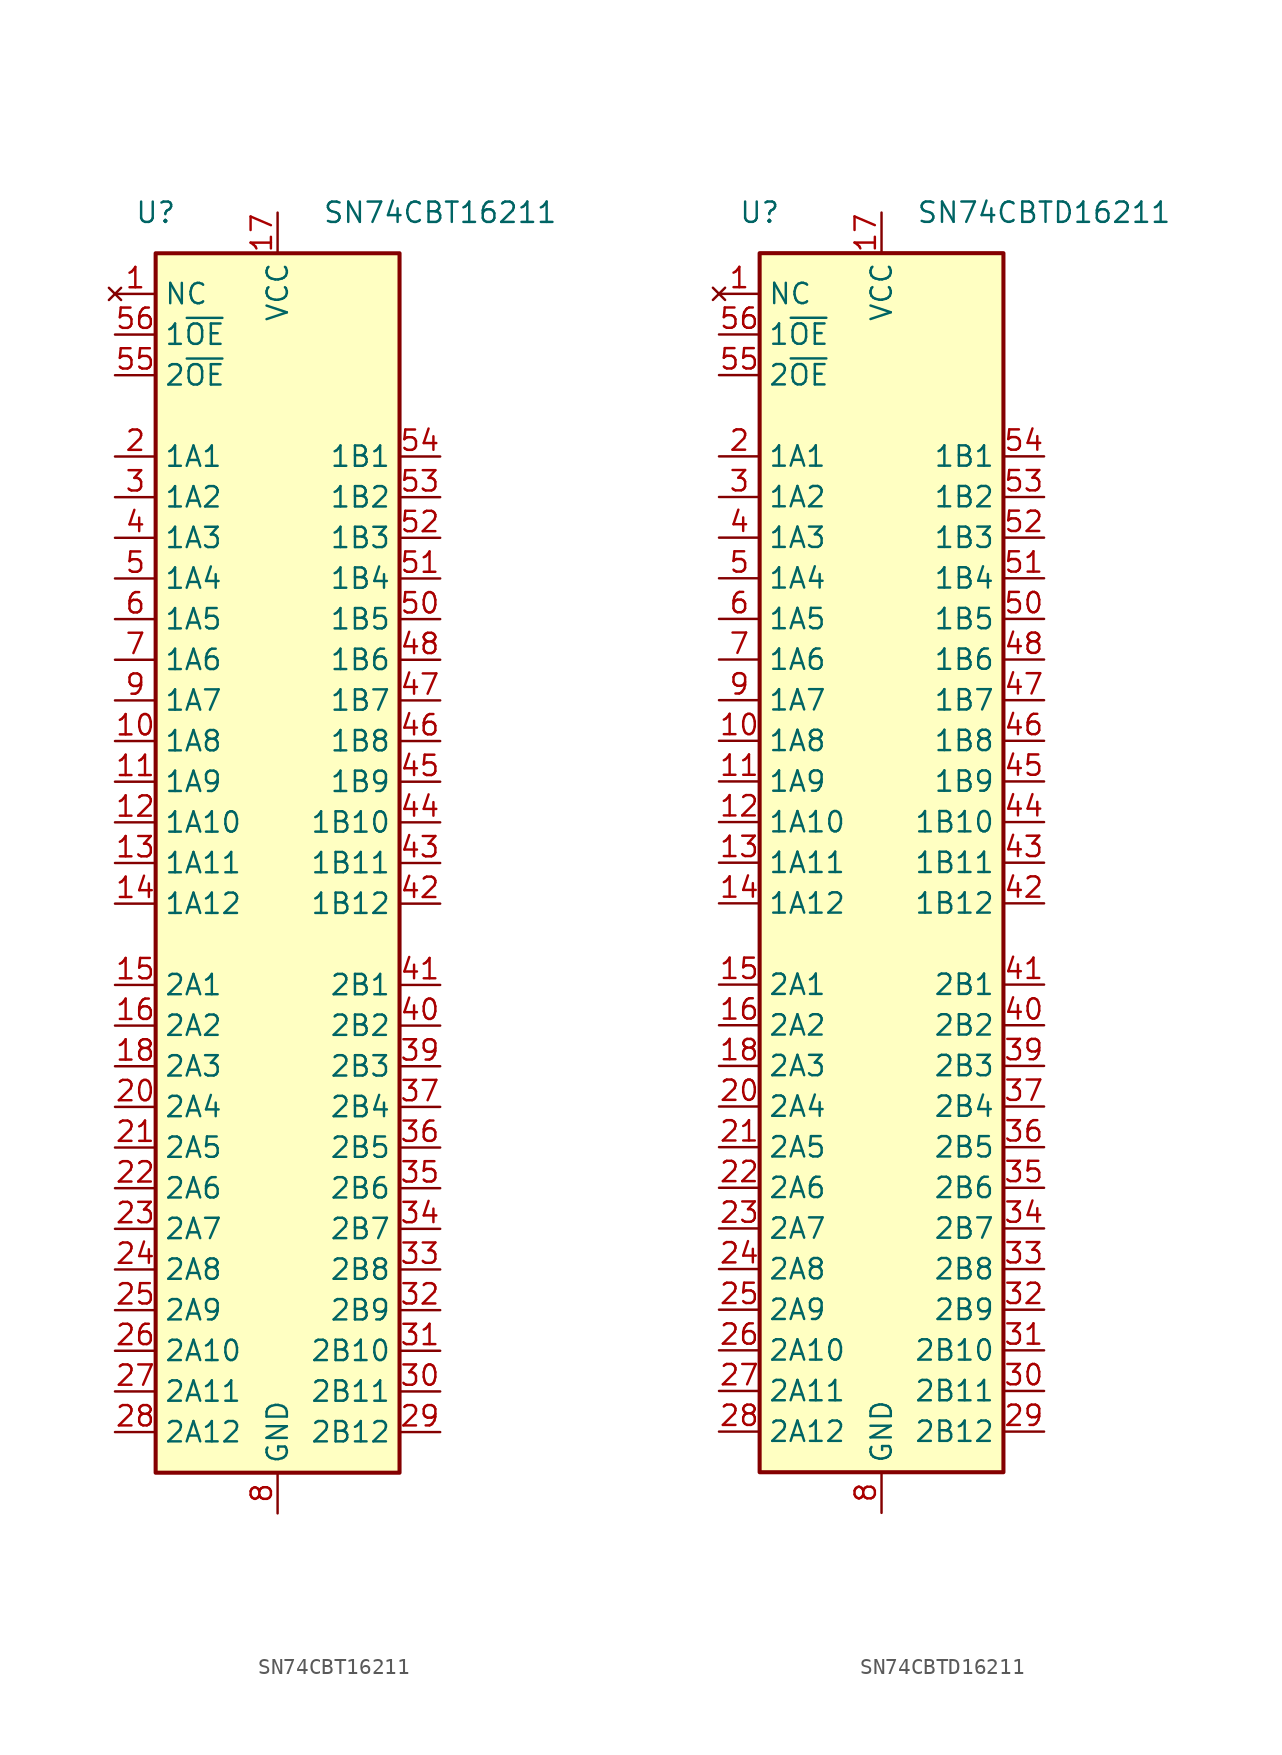
<source format=kicad_sym>
(kicad_symbol_lib
  (version 20211014)
  (generator kicad_symbol_editor)
  (symbol "SN74CBT16211"
    (property "Reference" "U"
      (at -7.62 40.64 0)
      (effects (font (size 1.27 1.27))))
    (property "Value" "SN74CBT16211"
      (at 10.16 40.64 0)
      (effects (font (size 1.27 1.27))))
    (symbol "SN74CBT16211_0_1"
      (rectangle (start -7.62 38.1) (end 7.62 -38.1) (stroke (width 0.254) (type default) (color 0 0 0 0)) (fill (type background))))
    (symbol "SN74CBT16211_1_0"
      (pin bidirectional line (at -10.16 7.62 0) (length 2.54) (name "1A8" (effects (font (size 1.27 1.27)))) (number "10" (effects (font (size 1.27 1.27)))))
      (pin bidirectional line (at -10.16 5.08 0) (length 2.54) (name "1A9" (effects (font (size 1.27 1.27)))) (number "11" (effects (font (size 1.27 1.27)))))
      (pin bidirectional line (at -10.16 2.54 0) (length 2.54) (name "1A10" (effects (font (size 1.27 1.27)))) (number "12" (effects (font (size 1.27 1.27)))))
      (pin bidirectional line (at -10.16 0 0) (length 2.54) (name "1A11" (effects (font (size 1.27 1.27)))) (number "13" (effects (font (size 1.27 1.27)))))
      (pin bidirectional line (at -10.16 -2.54 0) (length 2.54) (name "1A12" (effects (font (size 1.27 1.27)))) (number "14" (effects (font (size 1.27 1.27)))))
      (pin bidirectional line (at -10.16 -7.62 0) (length 2.54) (name "2A1" (effects (font (size 1.27 1.27)))) (number "15" (effects (font (size 1.27 1.27)))))
      (pin bidirectional line (at -10.16 -10.16 0) (length 2.54) (name "2A2" (effects (font (size 1.27 1.27)))) (number "16" (effects (font (size 1.27 1.27)))))
      (pin power_in line (at 0 40.64 270) (length 2.54) (name "VCC" (effects (font (size 1.27 1.27)))) (number "17" (effects (font (size 1.27 1.27)))))
      (pin bidirectional line (at -10.16 -12.7 0) (length 2.54) (name "2A3" (effects (font (size 1.27 1.27)))) (number "18" (effects (font (size 1.27 1.27)))))
      (pin passive line (at 0 -40.64 90) (length 2.54) hide (name "GND" (effects (font (size 1.27 1.27)))) (number "19" (effects (font (size 1.27 1.27)))))
      (pin bidirectional line (at -10.16 25.4 0) (length 2.54) (name "1A1" (effects (font (size 1.27 1.27)))) (number "2" (effects (font (size 1.27 1.27)))))
      (pin bidirectional line (at -10.16 -15.24 0) (length 2.54) (name "2A4" (effects (font (size 1.27 1.27)))) (number "20" (effects (font (size 1.27 1.27)))))
      (pin bidirectional line (at -10.16 -17.78 0) (length 2.54) (name "2A5" (effects (font (size 1.27 1.27)))) (number "21" (effects (font (size 1.27 1.27)))))
      (pin bidirectional line (at -10.16 -20.32 0) (length 2.54) (name "2A6" (effects (font (size 1.27 1.27)))) (number "22" (effects (font (size 1.27 1.27)))))
      (pin bidirectional line (at -10.16 -22.86 0) (length 2.54) (name "2A7" (effects (font (size 1.27 1.27)))) (number "23" (effects (font (size 1.27 1.27)))))
      (pin bidirectional line (at -10.16 -25.4 0) (length 2.54) (name "2A8" (effects (font (size 1.27 1.27)))) (number "24" (effects (font (size 1.27 1.27)))))
      (pin bidirectional line (at -10.16 -27.94 0) (length 2.54) (name "2A9" (effects (font (size 1.27 1.27)))) (number "25" (effects (font (size 1.27 1.27)))))
      (pin bidirectional line (at -10.16 -30.48 0) (length 2.54) (name "2A10" (effects (font (size 1.27 1.27)))) (number "26" (effects (font (size 1.27 1.27)))))
      (pin bidirectional line (at -10.16 -33.02 0) (length 2.54) (name "2A11" (effects (font (size 1.27 1.27)))) (number "27" (effects (font (size 1.27 1.27)))))
      (pin bidirectional line (at -10.16 -35.56 0) (length 2.54) (name "2A12" (effects (font (size 1.27 1.27)))) (number "28" (effects (font (size 1.27 1.27)))))
      (pin bidirectional line (at 10.16 -35.56 180) (length 2.54) (name "2B12" (effects (font (size 1.27 1.27)))) (number "29" (effects (font (size 1.27 1.27)))))
      (pin bidirectional line (at -10.16 22.86 0) (length 2.54) (name "1A2" (effects (font (size 1.27 1.27)))) (number "3" (effects (font (size 1.27 1.27)))))
      (pin bidirectional line (at 10.16 -33.02 180) (length 2.54) (name "2B11" (effects (font (size 1.27 1.27)))) (number "30" (effects (font (size 1.27 1.27)))))
      (pin bidirectional line (at 10.16 -30.48 180) (length 2.54) (name "2B10" (effects (font (size 1.27 1.27)))) (number "31" (effects (font (size 1.27 1.27)))))
      (pin bidirectional line (at 10.16 -27.94 180) (length 2.54) (name "2B9" (effects (font (size 1.27 1.27)))) (number "32" (effects (font (size 1.27 1.27)))))
      (pin bidirectional line (at 10.16 -25.4 180) (length 2.54) (name "2B8" (effects (font (size 1.27 1.27)))) (number "33" (effects (font (size 1.27 1.27)))))
      (pin bidirectional line (at 10.16 -22.86 180) (length 2.54) (name "2B7" (effects (font (size 1.27 1.27)))) (number "34" (effects (font (size 1.27 1.27)))))
      (pin bidirectional line (at 10.16 -20.32 180) (length 2.54) (name "2B6" (effects (font (size 1.27 1.27)))) (number "35" (effects (font (size 1.27 1.27)))))
      (pin bidirectional line (at 10.16 -17.78 180) (length 2.54) (name "2B5" (effects (font (size 1.27 1.27)))) (number "36" (effects (font (size 1.27 1.27)))))
      (pin bidirectional line (at 10.16 -15.24 180) (length 2.54) (name "2B4" (effects (font (size 1.27 1.27)))) (number "37" (effects (font (size 1.27 1.27)))))
      (pin passive line (at 0 -40.64 90) (length 2.54) hide (name "GND" (effects (font (size 1.27 1.27)))) (number "38" (effects (font (size 1.27 1.27)))))
      (pin bidirectional line (at 10.16 -12.7 180) (length 2.54) (name "2B3" (effects (font (size 1.27 1.27)))) (number "39" (effects (font (size 1.27 1.27)))))
      (pin bidirectional line (at -10.16 20.32 0) (length 2.54) (name "1A3" (effects (font (size 1.27 1.27)))) (number "4" (effects (font (size 1.27 1.27)))))
      (pin bidirectional line (at 10.16 -10.16 180) (length 2.54) (name "2B2" (effects (font (size 1.27 1.27)))) (number "40" (effects (font (size 1.27 1.27)))))
      (pin bidirectional line (at 10.16 -7.62 180) (length 2.54) (name "2B1" (effects (font (size 1.27 1.27)))) (number "41" (effects (font (size 1.27 1.27)))))
      (pin bidirectional line (at 10.16 -2.54 180) (length 2.54) (name "1B12" (effects (font (size 1.27 1.27)))) (number "42" (effects (font (size 1.27 1.27)))))
      (pin bidirectional line (at 10.16 0 180) (length 2.54) (name "1B11" (effects (font (size 1.27 1.27)))) (number "43" (effects (font (size 1.27 1.27)))))
      (pin bidirectional line (at 10.16 2.54 180) (length 2.54) (name "1B10" (effects (font (size 1.27 1.27)))) (number "44" (effects (font (size 1.27 1.27)))))
      (pin bidirectional line (at 10.16 5.08 180) (length 2.54) (name "1B9" (effects (font (size 1.27 1.27)))) (number "45" (effects (font (size 1.27 1.27)))))
      (pin bidirectional line (at 10.16 7.62 180) (length 2.54) (name "1B8" (effects (font (size 1.27 1.27)))) (number "46" (effects (font (size 1.27 1.27)))))
      (pin bidirectional line (at 10.16 10.16 180) (length 2.54) (name "1B7" (effects (font (size 1.27 1.27)))) (number "47" (effects (font (size 1.27 1.27)))))
      (pin bidirectional line (at 10.16 12.7 180) (length 2.54) (name "1B6" (effects (font (size 1.27 1.27)))) (number "48" (effects (font (size 1.27 1.27)))))
      (pin passive line (at 0 -40.64 90) (length 2.54) hide (name "GND" (effects (font (size 1.27 1.27)))) (number "49" (effects (font (size 1.27 1.27)))))
      (pin bidirectional line (at -10.16 17.78 0) (length 2.54) (name "1A4" (effects (font (size 1.27 1.27)))) (number "5" (effects (font (size 1.27 1.27)))))
      (pin bidirectional line (at 10.16 15.24 180) (length 2.54) (name "1B5" (effects (font (size 1.27 1.27)))) (number "50" (effects (font (size 1.27 1.27)))))
      (pin bidirectional line (at 10.16 17.78 180) (length 2.54) (name "1B4" (effects (font (size 1.27 1.27)))) (number "51" (effects (font (size 1.27 1.27)))))
      (pin bidirectional line (at 10.16 20.32 180) (length 2.54) (name "1B3" (effects (font (size 1.27 1.27)))) (number "52" (effects (font (size 1.27 1.27)))))
      (pin bidirectional line (at 10.16 22.86 180) (length 2.54) (name "1B2" (effects (font (size 1.27 1.27)))) (number "53" (effects (font (size 1.27 1.27)))))
      (pin bidirectional line (at 10.16 25.4 180) (length 2.54) (name "1B1" (effects (font (size 1.27 1.27)))) (number "54" (effects (font (size 1.27 1.27)))))
      (pin input line (at -10.16 30.48 0) (length 2.54) (name "2~{OE}" (effects (font (size 1.27 1.27)))) (number "55" (effects (font (size 1.27 1.27)))))
      (pin input line (at -10.16 33.02 0) (length 2.54) (name "1~{OE}" (effects (font (size 1.27 1.27)))) (number "56" (effects (font (size 1.27 1.27)))))
      (pin bidirectional line (at -10.16 15.24 0) (length 2.54) (name "1A5" (effects (font (size 1.27 1.27)))) (number "6" (effects (font (size 1.27 1.27)))))
      (pin bidirectional line (at -10.16 12.7 0) (length 2.54) (name "1A6" (effects (font (size 1.27 1.27)))) (number "7" (effects (font (size 1.27 1.27)))))
      (pin power_in line (at 0 -40.64 90) (length 2.54) (name "GND" (effects (font (size 1.27 1.27)))) (number "8" (effects (font (size 1.27 1.27)))))
      (pin bidirectional line (at -10.16 10.16 0) (length 2.54) (name "1A7" (effects (font (size 1.27 1.27)))) (number "9" (effects (font (size 1.27 1.27))))))
    (symbol "SN74CBT16211_1_1"
      (pin no_connect line (at -10.16 35.56 0) (length 2.54) (name "NC" (effects (font (size 1.27 1.27)))) (number "1" (effects (font (size 1.27 1.27)))))))
  (symbol "SN74CBTD16211"
    (property "Reference" "U"
      (at -7.62 40.64 0)
      (effects (font (size 1.27 1.27))))
    (property "Value" "SN74CBTD16211"
      (at 10.16 40.64 0)
      (effects (font (size 1.27 1.27))))
    (symbol "SN74CBTD16211_0_1"
      (rectangle (start -7.62 38.1) (end 7.62 -38.1) (stroke (width 0.254) (type default) (color 0 0 0 0)) (fill (type background))))
    (symbol "SN74CBTD16211_1_0"
      (pin bidirectional line (at -10.16 7.62 0) (length 2.54) (name "1A8" (effects (font (size 1.27 1.27)))) (number "10" (effects (font (size 1.27 1.27)))))
      (pin bidirectional line (at -10.16 5.08 0) (length 2.54) (name "1A9" (effects (font (size 1.27 1.27)))) (number "11" (effects (font (size 1.27 1.27)))))
      (pin bidirectional line (at -10.16 2.54 0) (length 2.54) (name "1A10" (effects (font (size 1.27 1.27)))) (number "12" (effects (font (size 1.27 1.27)))))
      (pin bidirectional line (at -10.16 0 0) (length 2.54) (name "1A11" (effects (font (size 1.27 1.27)))) (number "13" (effects (font (size 1.27 1.27)))))
      (pin bidirectional line (at -10.16 -2.54 0) (length 2.54) (name "1A12" (effects (font (size 1.27 1.27)))) (number "14" (effects (font (size 1.27 1.27)))))
      (pin bidirectional line (at -10.16 -7.62 0) (length 2.54) (name "2A1" (effects (font (size 1.27 1.27)))) (number "15" (effects (font (size 1.27 1.27)))))
      (pin bidirectional line (at -10.16 -10.16 0) (length 2.54) (name "2A2" (effects (font (size 1.27 1.27)))) (number "16" (effects (font (size 1.27 1.27)))))
      (pin power_in line (at 0 40.64 270) (length 2.54) (name "VCC" (effects (font (size 1.27 1.27)))) (number "17" (effects (font (size 1.27 1.27)))))
      (pin bidirectional line (at -10.16 -12.7 0) (length 2.54) (name "2A3" (effects (font (size 1.27 1.27)))) (number "18" (effects (font (size 1.27 1.27)))))
      (pin passive line (at 0 -40.64 90) (length 2.54) hide (name "GND" (effects (font (size 1.27 1.27)))) (number "19" (effects (font (size 1.27 1.27)))))
      (pin bidirectional line (at -10.16 25.4 0) (length 2.54) (name "1A1" (effects (font (size 1.27 1.27)))) (number "2" (effects (font (size 1.27 1.27)))))
      (pin bidirectional line (at -10.16 -15.24 0) (length 2.54) (name "2A4" (effects (font (size 1.27 1.27)))) (number "20" (effects (font (size 1.27 1.27)))))
      (pin bidirectional line (at -10.16 -17.78 0) (length 2.54) (name "2A5" (effects (font (size 1.27 1.27)))) (number "21" (effects (font (size 1.27 1.27)))))
      (pin bidirectional line (at -10.16 -20.32 0) (length 2.54) (name "2A6" (effects (font (size 1.27 1.27)))) (number "22" (effects (font (size 1.27 1.27)))))
      (pin bidirectional line (at -10.16 -22.86 0) (length 2.54) (name "2A7" (effects (font (size 1.27 1.27)))) (number "23" (effects (font (size 1.27 1.27)))))
      (pin bidirectional line (at -10.16 -25.4 0) (length 2.54) (name "2A8" (effects (font (size 1.27 1.27)))) (number "24" (effects (font (size 1.27 1.27)))))
      (pin bidirectional line (at -10.16 -27.94 0) (length 2.54) (name "2A9" (effects (font (size 1.27 1.27)))) (number "25" (effects (font (size 1.27 1.27)))))
      (pin bidirectional line (at -10.16 -30.48 0) (length 2.54) (name "2A10" (effects (font (size 1.27 1.27)))) (number "26" (effects (font (size 1.27 1.27)))))
      (pin bidirectional line (at -10.16 -33.02 0) (length 2.54) (name "2A11" (effects (font (size 1.27 1.27)))) (number "27" (effects (font (size 1.27 1.27)))))
      (pin bidirectional line (at -10.16 -35.56 0) (length 2.54) (name "2A12" (effects (font (size 1.27 1.27)))) (number "28" (effects (font (size 1.27 1.27)))))
      (pin bidirectional line (at 10.16 -35.56 180) (length 2.54) (name "2B12" (effects (font (size 1.27 1.27)))) (number "29" (effects (font (size 1.27 1.27)))))
      (pin bidirectional line (at -10.16 22.86 0) (length 2.54) (name "1A2" (effects (font (size 1.27 1.27)))) (number "3" (effects (font (size 1.27 1.27)))))
      (pin bidirectional line (at 10.16 -33.02 180) (length 2.54) (name "2B11" (effects (font (size 1.27 1.27)))) (number "30" (effects (font (size 1.27 1.27)))))
      (pin bidirectional line (at 10.16 -30.48 180) (length 2.54) (name "2B10" (effects (font (size 1.27 1.27)))) (number "31" (effects (font (size 1.27 1.27)))))
      (pin bidirectional line (at 10.16 -27.94 180) (length 2.54) (name "2B9" (effects (font (size 1.27 1.27)))) (number "32" (effects (font (size 1.27 1.27)))))
      (pin bidirectional line (at 10.16 -25.4 180) (length 2.54) (name "2B8" (effects (font (size 1.27 1.27)))) (number "33" (effects (font (size 1.27 1.27)))))
      (pin bidirectional line (at 10.16 -22.86 180) (length 2.54) (name "2B7" (effects (font (size 1.27 1.27)))) (number "34" (effects (font (size 1.27 1.27)))))
      (pin bidirectional line (at 10.16 -20.32 180) (length 2.54) (name "2B6" (effects (font (size 1.27 1.27)))) (number "35" (effects (font (size 1.27 1.27)))))
      (pin bidirectional line (at 10.16 -17.78 180) (length 2.54) (name "2B5" (effects (font (size 1.27 1.27)))) (number "36" (effects (font (size 1.27 1.27)))))
      (pin bidirectional line (at 10.16 -15.24 180) (length 2.54) (name "2B4" (effects (font (size 1.27 1.27)))) (number "37" (effects (font (size 1.27 1.27)))))
      (pin passive line (at 0 -40.64 90) (length 2.54) hide (name "GND" (effects (font (size 1.27 1.27)))) (number "38" (effects (font (size 1.27 1.27)))))
      (pin bidirectional line (at 10.16 -12.7 180) (length 2.54) (name "2B3" (effects (font (size 1.27 1.27)))) (number "39" (effects (font (size 1.27 1.27)))))
      (pin bidirectional line (at -10.16 20.32 0) (length 2.54) (name "1A3" (effects (font (size 1.27 1.27)))) (number "4" (effects (font (size 1.27 1.27)))))
      (pin bidirectional line (at 10.16 -10.16 180) (length 2.54) (name "2B2" (effects (font (size 1.27 1.27)))) (number "40" (effects (font (size 1.27 1.27)))))
      (pin bidirectional line (at 10.16 -7.62 180) (length 2.54) (name "2B1" (effects (font (size 1.27 1.27)))) (number "41" (effects (font (size 1.27 1.27)))))
      (pin bidirectional line (at 10.16 -2.54 180) (length 2.54) (name "1B12" (effects (font (size 1.27 1.27)))) (number "42" (effects (font (size 1.27 1.27)))))
      (pin bidirectional line (at 10.16 0 180) (length 2.54) (name "1B11" (effects (font (size 1.27 1.27)))) (number "43" (effects (font (size 1.27 1.27)))))
      (pin bidirectional line (at 10.16 2.54 180) (length 2.54) (name "1B10" (effects (font (size 1.27 1.27)))) (number "44" (effects (font (size 1.27 1.27)))))
      (pin bidirectional line (at 10.16 5.08 180) (length 2.54) (name "1B9" (effects (font (size 1.27 1.27)))) (number "45" (effects (font (size 1.27 1.27)))))
      (pin bidirectional line (at 10.16 7.62 180) (length 2.54) (name "1B8" (effects (font (size 1.27 1.27)))) (number "46" (effects (font (size 1.27 1.27)))))
      (pin bidirectional line (at 10.16 10.16 180) (length 2.54) (name "1B7" (effects (font (size 1.27 1.27)))) (number "47" (effects (font (size 1.27 1.27)))))
      (pin bidirectional line (at 10.16 12.7 180) (length 2.54) (name "1B6" (effects (font (size 1.27 1.27)))) (number "48" (effects (font (size 1.27 1.27)))))
      (pin passive line (at 0 -40.64 90) (length 2.54) hide (name "GND" (effects (font (size 1.27 1.27)))) (number "49" (effects (font (size 1.27 1.27)))))
      (pin bidirectional line (at -10.16 17.78 0) (length 2.54) (name "1A4" (effects (font (size 1.27 1.27)))) (number "5" (effects (font (size 1.27 1.27)))))
      (pin bidirectional line (at 10.16 15.24 180) (length 2.54) (name "1B5" (effects (font (size 1.27 1.27)))) (number "50" (effects (font (size 1.27 1.27)))))
      (pin bidirectional line (at 10.16 17.78 180) (length 2.54) (name "1B4" (effects (font (size 1.27 1.27)))) (number "51" (effects (font (size 1.27 1.27)))))
      (pin bidirectional line (at 10.16 20.32 180) (length 2.54) (name "1B3" (effects (font (size 1.27 1.27)))) (number "52" (effects (font (size 1.27 1.27)))))
      (pin bidirectional line (at 10.16 22.86 180) (length 2.54) (name "1B2" (effects (font (size 1.27 1.27)))) (number "53" (effects (font (size 1.27 1.27)))))
      (pin bidirectional line (at 10.16 25.4 180) (length 2.54) (name "1B1" (effects (font (size 1.27 1.27)))) (number "54" (effects (font (size 1.27 1.27)))))
      (pin input line (at -10.16 30.48 0) (length 2.54) (name "2~{OE}" (effects (font (size 1.27 1.27)))) (number "55" (effects (font (size 1.27 1.27)))))
      (pin input line (at -10.16 33.02 0) (length 2.54) (name "1~{OE}" (effects (font (size 1.27 1.27)))) (number "56" (effects (font (size 1.27 1.27)))))
      (pin bidirectional line (at -10.16 15.24 0) (length 2.54) (name "1A5" (effects (font (size 1.27 1.27)))) (number "6" (effects (font (size 1.27 1.27)))))
      (pin bidirectional line (at -10.16 12.7 0) (length 2.54) (name "1A6" (effects (font (size 1.27 1.27)))) (number "7" (effects (font (size 1.27 1.27)))))
      (pin power_in line (at 0 -40.64 90) (length 2.54) (name "GND" (effects (font (size 1.27 1.27)))) (number "8" (effects (font (size 1.27 1.27)))))
      (pin bidirectional line (at -10.16 10.16 0) (length 2.54) (name "1A7" (effects (font (size 1.27 1.27)))) (number "9" (effects (font (size 1.27 1.27))))))
    (symbol "SN74CBTD16211_1_1"
      (pin no_connect line (at -10.16 35.56 0) (length 2.54) (name "NC" (effects (font (size 1.27 1.27)))) (number "1" (effects (font (size 1.27 1.27))))))))
</source>
